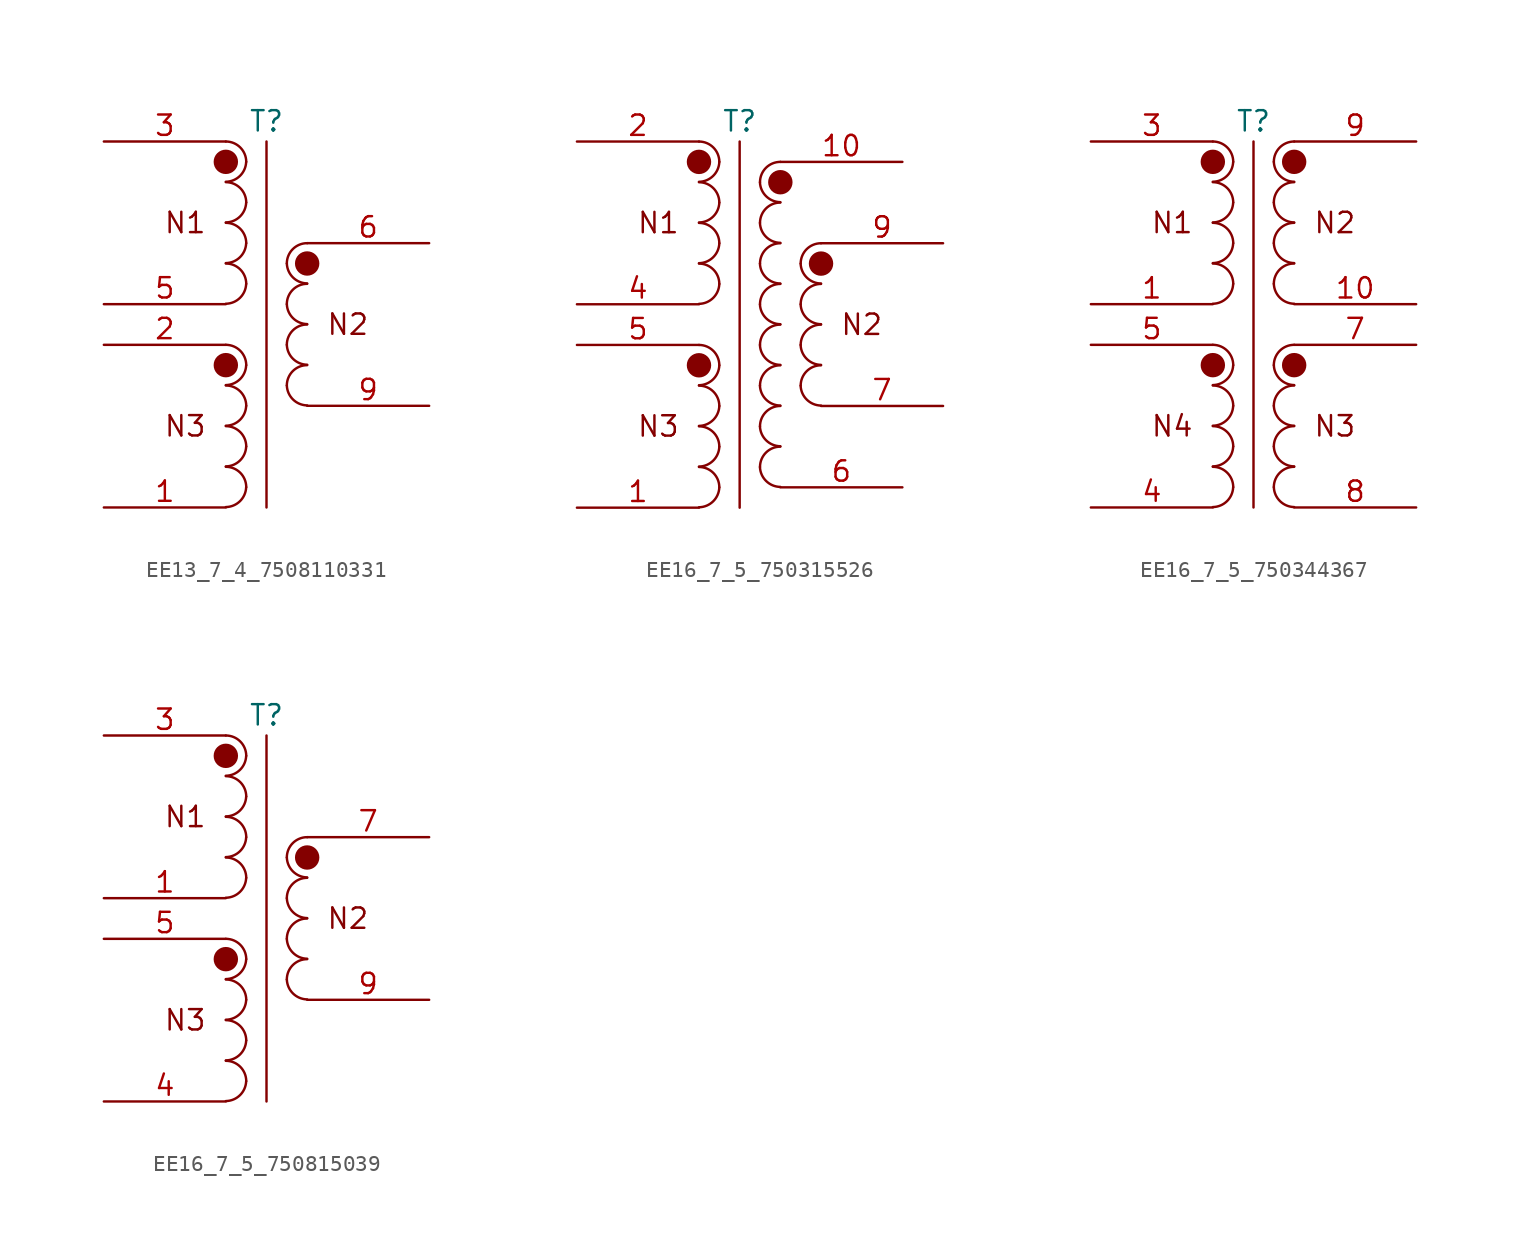
<source format=kicad_sym>
(kicad_symbol_lib
  (version 20220914)
  (generator kicad_symbol_editor)
  (symbol "EE13_7_4_7508110331"
    (pin_names hide)
    (property "Reference" "T"
      (at 0 12.7 0)
      (effects (font (size 1.27 1.27))))
    (property "Critical Parameter" ""
      (at 0 -5.08 0)
      (effects (font (size 1.27 1.27)) (justify left)))
    (symbol "EE13_7_4_7508110331_0_1"
      (arc (start -2.54 -11.4046) (mid -1.6561 -11.0363) (end -1.27 -10.16) (stroke (width 0) (type default)) (fill (type none)))
      (arc (start -2.54 -8.8646) (mid -1.6561 -8.4963) (end -1.27 -7.62) (stroke (width 0) (type default)) (fill (type none)))
      (arc (start -2.54 -6.3246) (mid -1.6561 -5.9563) (end -1.27 -5.08) (stroke (width 0) (type default)) (fill (type none)))
      (arc (start -2.54 -3.7846) (mid -1.6561 -3.4163) (end -1.27 -2.54) (stroke (width 0) (type default)) (fill (type none)))
      (arc (start -2.54 1.2954) (mid -1.6561 1.6637) (end -1.27 2.54) (stroke (width 0) (type default)) (fill (type none)))
      (arc (start -2.54 3.8354) (mid -1.6561 4.2037) (end -1.27 5.08) (stroke (width 0) (type default)) (fill (type none)))
      (arc (start -2.54 6.3754) (mid -1.6561 6.7437) (end -1.27 7.62) (stroke (width 0) (type default)) (fill (type none)))
      (arc (start -2.54 8.9154) (mid -1.6561 9.2837) (end -1.27 10.16) (stroke (width 0) (type default)) (fill (type none)))
      (arc (start -1.27 -10.16) (mid -1.642 -9.262) (end -2.54 -8.89) (stroke (width 0) (type default)) (fill (type none)))
      (arc (start -1.27 -7.62) (mid -1.642 -6.722) (end -2.54 -6.35) (stroke (width 0) (type default)) (fill (type none)))
      (arc (start -1.27 -5.08) (mid -1.642 -4.182) (end -2.54 -3.81) (stroke (width 0) (type default)) (fill (type none)))
      (arc (start -1.27 -2.54) (mid -1.642 -1.642) (end -2.54 -1.27) (stroke (width 0) (type default)) (fill (type none)))
      (arc (start -1.27 2.54) (mid -1.642 3.438) (end -2.54 3.81) (stroke (width 0) (type default)) (fill (type none)))
      (arc (start -1.27 5.08) (mid -1.642 5.978) (end -2.54 6.35) (stroke (width 0) (type default)) (fill (type none)))
      (arc (start -1.27 7.62) (mid -1.642 8.518) (end -2.54 8.89) (stroke (width 0) (type default)) (fill (type none)))
      (arc (start -1.27 10.16) (mid -1.642 11.058) (end -2.54 11.43) (stroke (width 0) (type default)) (fill (type none)))
      (polyline (pts (xy 0 -11.43) (xy 0 11.43)) (stroke (width 0) (type default)) (fill (type none)))
      (arc (start 1.27 -3.81) (mid 1.6561 -4.6863) (end 2.54 -5.0546) (stroke (width 0) (type default)) (fill (type none)))
      (arc (start 1.27 -1.27) (mid 1.6561 -2.1463) (end 2.54 -2.5146) (stroke (width 0) (type default)) (fill (type none)))
      (arc (start 1.27 1.27) (mid 1.6561 0.3937) (end 2.54 0.0254) (stroke (width 0) (type default)) (fill (type none)))
      (arc (start 1.27 3.81) (mid 1.6561 2.9337) (end 2.54 2.5654) (stroke (width 0) (type default)) (fill (type none)))
      (arc (start 2.54 -2.54) (mid 1.642 -2.912) (end 1.27 -3.81) (stroke (width 0) (type default)) (fill (type none)))
      (arc (start 2.54 0) (mid 1.642 -0.372) (end 1.27 -1.27) (stroke (width 0) (type default)) (fill (type none)))
      (arc (start 2.54 2.54) (mid 1.642 2.168) (end 1.27 1.27) (stroke (width 0) (type default)) (fill (type none)))
      (arc (start 2.54 5.08) (mid 1.642 4.708) (end 1.27 3.81) (stroke (width 0) (type default)) (fill (type none))))
    (symbol "EE13_7_4_7508110331_1_1"
      (circle (center -2.54 -2.54) (radius 0.0001) (stroke (width 0.762) (type default)) (fill (type none)))
      (circle (center -2.54 10.16) (radius 0.0001) (stroke (width 0.762) (type default)) (fill (type none)))
      (circle (center 2.54 3.81) (radius 0.0001) (stroke (width 0.762) (type default)) (fill (type none)))
      (text "N1" (at -5.08 6.35 0) (effects (font (size 1.27 1.27))))
      (text "N2" (at 5.08 0 0) (effects (font (size 1.27 1.27))))
      (text "N3" (at -5.08 -6.35 0) (effects (font (size 1.27 1.27))))
      (pin passive line (at -10.16 -11.43 0) (length 7.62) (name "1" (effects (font (size 1.27 1.27)))) (number "1" (effects (font (size 1.27 1.27)))))
      (pin passive line (at -10.16 -1.27 0) (length 7.62) (name "2" (effects (font (size 1.27 1.27)))) (number "2" (effects (font (size 1.27 1.27)))))
      (pin passive line (at -10.16 11.43 0) (length 7.62) (name "3" (effects (font (size 1.27 1.27)))) (number "3" (effects (font (size 1.27 1.27)))))
      (pin passive line (at -10.16 1.27 0) (length 7.62) (name "5" (effects (font (size 1.27 1.27)))) (number "5" (effects (font (size 1.27 1.27)))))
      (pin passive line (at 10.16 5.08 180) (length 7.62) (name "6" (effects (font (size 1.27 1.27)))) (number "6" (effects (font (size 1.27 1.27)))))
      (pin passive line (at 10.16 -5.08 180) (length 7.62) (name "9" (effects (font (size 1.27 1.27)))) (number "9" (effects (font (size 1.27 1.27)))))))
  (symbol "EE16_7_5_750315526"
    (pin_names hide)
    (property "Reference" "T"
      (at 0 12.7 0)
      (effects (font (size 1.27 1.27))))
    (property "Critical Parameter" ""
      (at 0 -5.08 0)
      (effects (font (size 1.27 1.27)) (justify left)))
    (symbol "EE16_7_5_750315526_0_1"
      (arc (start -2.54 -11.4046) (mid -1.6561 -11.0363) (end -1.27 -10.16) (stroke (width 0) (type default)) (fill (type none)))
      (arc (start -2.54 -8.8646) (mid -1.6561 -8.4963) (end -1.27 -7.62) (stroke (width 0) (type default)) (fill (type none)))
      (arc (start -2.54 -6.3246) (mid -1.6561 -5.9563) (end -1.27 -5.08) (stroke (width 0) (type default)) (fill (type none)))
      (arc (start -2.54 -3.7846) (mid -1.6561 -3.4163) (end -1.27 -2.54) (stroke (width 0) (type default)) (fill (type none)))
      (arc (start -2.54 1.2954) (mid -1.6561 1.6637) (end -1.27 2.54) (stroke (width 0) (type default)) (fill (type none)))
      (arc (start -2.54 3.8354) (mid -1.6561 4.2037) (end -1.27 5.08) (stroke (width 0) (type default)) (fill (type none)))
      (arc (start -2.54 6.3754) (mid -1.6561 6.7437) (end -1.27 7.62) (stroke (width 0) (type default)) (fill (type none)))
      (arc (start -2.54 8.9154) (mid -1.6561 9.2837) (end -1.27 10.16) (stroke (width 0) (type default)) (fill (type none)))
      (arc (start -1.27 -10.16) (mid -1.642 -9.262) (end -2.54 -8.89) (stroke (width 0) (type default)) (fill (type none)))
      (arc (start -1.27 -7.62) (mid -1.642 -6.722) (end -2.54 -6.35) (stroke (width 0) (type default)) (fill (type none)))
      (arc (start -1.27 -5.08) (mid -1.642 -4.182) (end -2.54 -3.81) (stroke (width 0) (type default)) (fill (type none)))
      (arc (start -1.27 -2.54) (mid -1.642 -1.642) (end -2.54 -1.27) (stroke (width 0) (type default)) (fill (type none)))
      (arc (start -1.27 2.54) (mid -1.642 3.438) (end -2.54 3.81) (stroke (width 0) (type default)) (fill (type none)))
      (arc (start -1.27 5.08) (mid -1.642 5.978) (end -2.54 6.35) (stroke (width 0) (type default)) (fill (type none)))
      (arc (start -1.27 7.62) (mid -1.642 8.518) (end -2.54 8.89) (stroke (width 0) (type default)) (fill (type none)))
      (arc (start -1.27 10.16) (mid -1.642 11.058) (end -2.54 11.43) (stroke (width 0) (type default)) (fill (type none)))
      (polyline (pts (xy 0 -11.43) (xy 0 11.43)) (stroke (width 0) (type default)) (fill (type none)))
      (arc (start 1.27 -8.89) (mid 1.656 -9.7664) (end 2.54 -10.1346) (stroke (width 0) (type default)) (fill (type none)))
      (arc (start 1.27 -6.35) (mid 1.656 -7.2264) (end 2.54 -7.5946) (stroke (width 0) (type default)) (fill (type none)))
      (arc (start 1.27 -3.81) (mid 1.656 -4.6864) (end 2.54 -5.0546) (stroke (width 0) (type default)) (fill (type none)))
      (arc (start 1.27 -1.27) (mid 1.656 -2.1464) (end 2.54 -2.5146) (stroke (width 0) (type default)) (fill (type none)))
      (arc (start 1.27 1.27) (mid 1.656 0.3936) (end 2.54 0.0254) (stroke (width 0) (type default)) (fill (type none)))
      (arc (start 1.27 3.81) (mid 1.656 2.9336) (end 2.54 2.5654) (stroke (width 0) (type default)) (fill (type none)))
      (arc (start 1.27 6.35) (mid 1.656 5.4736) (end 2.54 5.1054) (stroke (width 0) (type default)) (fill (type none)))
      (arc (start 1.27 8.89) (mid 1.656 8.0136) (end 2.54 7.6454) (stroke (width 0) (type default)) (fill (type none)))
      (arc (start 2.54 -7.62) (mid 1.642 -7.992) (end 1.27 -8.89) (stroke (width 0) (type default)) (fill (type none)))
      (arc (start 2.54 -5.08) (mid 1.642 -5.452) (end 1.27 -6.35) (stroke (width 0) (type default)) (fill (type none)))
      (arc (start 2.54 -2.54) (mid 1.642 -2.912) (end 1.27 -3.81) (stroke (width 0) (type default)) (fill (type none)))
      (arc (start 2.54 0) (mid 1.642 -0.372) (end 1.27 -1.27) (stroke (width 0) (type default)) (fill (type none)))
      (arc (start 2.54 2.54) (mid 1.642 2.168) (end 1.27 1.27) (stroke (width 0) (type default)) (fill (type none)))
      (arc (start 2.54 5.08) (mid 1.642 4.708) (end 1.27 3.81) (stroke (width 0) (type default)) (fill (type none)))
      (arc (start 2.54 7.62) (mid 1.642 7.248) (end 1.27 6.35) (stroke (width 0) (type default)) (fill (type none)))
      (arc (start 2.54 10.16) (mid 1.642 9.788) (end 1.27 8.89) (stroke (width 0) (type default)) (fill (type none)))
      (arc (start 3.81 -3.81) (mid 4.1961 -4.6863) (end 5.08 -5.0546) (stroke (width 0) (type default)) (fill (type none)))
      (arc (start 3.81 -1.27) (mid 4.1961 -2.1463) (end 5.08 -2.5146) (stroke (width 0) (type default)) (fill (type none)))
      (arc (start 3.81 1.27) (mid 4.1961 0.3937) (end 5.08 0.0254) (stroke (width 0) (type default)) (fill (type none)))
      (arc (start 3.81 3.81) (mid 4.1961 2.9337) (end 5.08 2.5654) (stroke (width 0) (type default)) (fill (type none)))
      (arc (start 5.08 -2.54) (mid 4.182 -2.912) (end 3.81 -3.81) (stroke (width 0) (type default)) (fill (type none)))
      (arc (start 5.08 0) (mid 4.182 -0.372) (end 3.81 -1.27) (stroke (width 0) (type default)) (fill (type none)))
      (arc (start 5.08 2.54) (mid 4.182 2.168) (end 3.81 1.27) (stroke (width 0) (type default)) (fill (type none)))
      (arc (start 5.08 5.08) (mid 4.182 4.708) (end 3.81 3.81) (stroke (width 0) (type default)) (fill (type none))))
    (symbol "EE16_7_5_750315526_1_1"
      (circle (center -2.54 -2.54) (radius 0.0001) (stroke (width 0.762) (type default)) (fill (type none)))
      (circle (center -2.54 10.16) (radius 0.0001) (stroke (width 0.762) (type default)) (fill (type none)))
      (circle (center 2.54 8.89) (radius 0.0001) (stroke (width 0.762) (type default)) (fill (type none)))
      (circle (center 5.08 3.81) (radius 0.0001) (stroke (width 0.762) (type default)) (fill (type none)))
      (text "N1" (at -5.08 6.35 0) (effects (font (size 1.27 1.27))))
      (text "N2" (at 7.62 0 0) (effects (font (size 1.27 1.27))))
      (text "N3" (at -5.08 -6.35 0) (effects (font (size 1.27 1.27))))
      (pin passive line (at -10.16 -11.43 0) (length 7.62) (name "1" (effects (font (size 1.27 1.27)))) (number "1" (effects (font (size 1.27 1.27)))))
      (pin passive line (at 10.16 10.16 180) (length 7.62) (name "10" (effects (font (size 1.27 1.27)))) (number "10" (effects (font (size 1.27 1.27)))))
      (pin passive line (at -10.16 11.43 0) (length 7.62) (name "2" (effects (font (size 1.27 1.27)))) (number "2" (effects (font (size 1.27 1.27)))))
      (pin passive line (at -10.16 1.27 0) (length 7.62) (name "4" (effects (font (size 1.27 1.27)))) (number "4" (effects (font (size 1.27 1.27)))))
      (pin passive line (at -10.16 -1.27 0) (length 7.62) (name "5" (effects (font (size 1.27 1.27)))) (number "5" (effects (font (size 1.27 1.27)))))
      (pin passive line (at 10.16 -10.16 180) (length 7.62) (name "6" (effects (font (size 1.27 1.27)))) (number "6" (effects (font (size 1.27 1.27)))))
      (pin passive line (at 12.7 -5.08 180) (length 7.62) (name "7" (effects (font (size 1.27 1.27)))) (number "7" (effects (font (size 1.27 1.27)))))
      (pin passive line (at 12.7 5.08 180) (length 7.62) (name "9" (effects (font (size 1.27 1.27)))) (number "9" (effects (font (size 1.27 1.27)))))))
  (symbol "EE16_7_5_750344367"
    (pin_names hide)
    (property "Reference" "T"
      (at 0 12.7 0)
      (effects (font (size 1.27 1.27))))
    (property "Critical Parameter" ""
      (at 0 -5.08 0)
      (effects (font (size 1.27 1.27)) (justify left)))
    (symbol "EE16_7_5_750344367_0_1"
      (arc (start -2.54 -11.4046) (mid -1.6561 -11.0363) (end -1.27 -10.16) (stroke (width 0) (type default)) (fill (type none)))
      (arc (start -2.54 -8.8646) (mid -1.6561 -8.4963) (end -1.27 -7.62) (stroke (width 0) (type default)) (fill (type none)))
      (arc (start -2.54 -6.3246) (mid -1.6561 -5.9563) (end -1.27 -5.08) (stroke (width 0) (type default)) (fill (type none)))
      (arc (start -2.54 -3.7846) (mid -1.6561 -3.4163) (end -1.27 -2.54) (stroke (width 0) (type default)) (fill (type none)))
      (arc (start -2.54 1.2954) (mid -1.6561 1.6637) (end -1.27 2.54) (stroke (width 0) (type default)) (fill (type none)))
      (arc (start -2.54 3.8354) (mid -1.6561 4.2037) (end -1.27 5.08) (stroke (width 0) (type default)) (fill (type none)))
      (arc (start -2.54 6.3754) (mid -1.6561 6.7437) (end -1.27 7.62) (stroke (width 0) (type default)) (fill (type none)))
      (arc (start -2.54 8.9154) (mid -1.6561 9.2837) (end -1.27 10.16) (stroke (width 0) (type default)) (fill (type none)))
      (arc (start -1.27 -10.16) (mid -1.642 -9.262) (end -2.54 -8.89) (stroke (width 0) (type default)) (fill (type none)))
      (arc (start -1.27 -7.62) (mid -1.642 -6.722) (end -2.54 -6.35) (stroke (width 0) (type default)) (fill (type none)))
      (arc (start -1.27 -5.08) (mid -1.642 -4.182) (end -2.54 -3.81) (stroke (width 0) (type default)) (fill (type none)))
      (arc (start -1.27 -2.54) (mid -1.642 -1.642) (end -2.54 -1.27) (stroke (width 0) (type default)) (fill (type none)))
      (arc (start -1.27 2.54) (mid -1.642 3.438) (end -2.54 3.81) (stroke (width 0) (type default)) (fill (type none)))
      (arc (start -1.27 5.08) (mid -1.642 5.978) (end -2.54 6.35) (stroke (width 0) (type default)) (fill (type none)))
      (arc (start -1.27 7.62) (mid -1.642 8.518) (end -2.54 8.89) (stroke (width 0) (type default)) (fill (type none)))
      (arc (start -1.27 10.16) (mid -1.642 11.058) (end -2.54 11.43) (stroke (width 0) (type default)) (fill (type none)))
      (polyline (pts (xy 0 -11.43) (xy 0 11.43)) (stroke (width 0) (type default)) (fill (type none)))
      (arc (start 1.27 -10.16) (mid 1.6561 -11.0363) (end 2.54 -11.4046) (stroke (width 0) (type default)) (fill (type none)))
      (arc (start 1.27 -7.62) (mid 1.6561 -8.4963) (end 2.54 -8.8646) (stroke (width 0) (type default)) (fill (type none)))
      (arc (start 1.27 -5.08) (mid 1.6561 -5.9563) (end 2.54 -6.3246) (stroke (width 0) (type default)) (fill (type none)))
      (arc (start 1.27 -2.54) (mid 1.6561 -3.4163) (end 2.54 -3.7846) (stroke (width 0) (type default)) (fill (type none)))
      (arc (start 1.27 2.54) (mid 1.6561 1.6637) (end 2.54 1.2954) (stroke (width 0) (type default)) (fill (type none)))
      (arc (start 1.27 5.08) (mid 1.6561 4.2037) (end 2.54 3.8354) (stroke (width 0) (type default)) (fill (type none)))
      (arc (start 1.27 7.62) (mid 1.6561 6.7437) (end 2.54 6.3754) (stroke (width 0) (type default)) (fill (type none)))
      (arc (start 1.27 10.16) (mid 1.6561 9.2837) (end 2.54 8.9154) (stroke (width 0) (type default)) (fill (type none)))
      (arc (start 2.54 -8.89) (mid 1.642 -9.262) (end 1.27 -10.16) (stroke (width 0) (type default)) (fill (type none)))
      (arc (start 2.54 -6.35) (mid 1.642 -6.722) (end 1.27 -7.62) (stroke (width 0) (type default)) (fill (type none)))
      (arc (start 2.54 -3.81) (mid 1.642 -4.182) (end 1.27 -5.08) (stroke (width 0) (type default)) (fill (type none)))
      (arc (start 2.54 -1.27) (mid 1.642 -1.642) (end 1.27 -2.54) (stroke (width 0) (type default)) (fill (type none)))
      (arc (start 2.54 3.81) (mid 1.642 3.438) (end 1.27 2.54) (stroke (width 0) (type default)) (fill (type none)))
      (arc (start 2.54 6.35) (mid 1.642 5.978) (end 1.27 5.08) (stroke (width 0) (type default)) (fill (type none)))
      (arc (start 2.54 8.89) (mid 1.642 8.518) (end 1.27 7.62) (stroke (width 0) (type default)) (fill (type none)))
      (arc (start 2.54 11.43) (mid 1.642 11.058) (end 1.27 10.16) (stroke (width 0) (type default)) (fill (type none))))
    (symbol "EE16_7_5_750344367_1_1"
      (circle (center -2.54 -2.54) (radius 0.0001) (stroke (width 0.762) (type default)) (fill (type none)))
      (circle (center -2.54 10.16) (radius 0.0001) (stroke (width 0.762) (type default)) (fill (type none)))
      (circle (center 2.54 -2.54) (radius 0.0001) (stroke (width 0.762) (type default)) (fill (type none)))
      (circle (center 2.54 10.16) (radius 0.0001) (stroke (width 0.762) (type default)) (fill (type none)))
      (text "N1" (at -5.08 6.35 0) (effects (font (size 1.27 1.27))))
      (text "N2" (at 5.08 6.35 0) (effects (font (size 1.27 1.27))))
      (text "N3" (at 5.08 -6.35 0) (effects (font (size 1.27 1.27))))
      (text "N4" (at -5.08 -6.35 0) (effects (font (size 1.27 1.27))))
      (pin passive line (at -10.16 1.27 0) (length 7.62) (name "1" (effects (font (size 1.27 1.27)))) (number "1" (effects (font (size 1.27 1.27)))))
      (pin passive line (at 10.16 1.27 180) (length 7.62) (name "10" (effects (font (size 1.27 1.27)))) (number "10" (effects (font (size 1.27 1.27)))))
      (pin passive line (at -10.16 11.43 0) (length 7.62) (name "3" (effects (font (size 1.27 1.27)))) (number "3" (effects (font (size 1.27 1.27)))))
      (pin passive line (at -10.16 -11.43 0) (length 7.62) (name "4" (effects (font (size 1.27 1.27)))) (number "4" (effects (font (size 1.27 1.27)))))
      (pin passive line (at -10.16 -1.27 0) (length 7.62) (name "5" (effects (font (size 1.27 1.27)))) (number "5" (effects (font (size 1.27 1.27)))))
      (pin passive line (at 10.16 -1.27 180) (length 7.62) (name "7" (effects (font (size 1.27 1.27)))) (number "7" (effects (font (size 1.27 1.27)))))
      (pin passive line (at 10.16 -11.43 180) (length 7.62) (name "8" (effects (font (size 1.27 1.27)))) (number "8" (effects (font (size 1.27 1.27)))))
      (pin passive line (at 10.16 11.43 180) (length 7.62) (name "9" (effects (font (size 1.27 1.27)))) (number "9" (effects (font (size 1.27 1.27)))))))
  (symbol "EE16_7_5_750815039"
    (pin_names hide)
    (property "Reference" "T"
      (at 0 12.7 0)
      (effects (font (size 1.27 1.27))))
    (property "Critical Parameter" ""
      (at 0 -5.08 0)
      (effects (font (size 1.27 1.27)) (justify left)))
    (symbol "EE16_7_5_750815039_0_1"
      (arc (start -2.54 -11.4046) (mid -1.6561 -11.0363) (end -1.27 -10.16) (stroke (width 0) (type default)) (fill (type none)))
      (arc (start -2.54 -8.8646) (mid -1.6561 -8.4963) (end -1.27 -7.62) (stroke (width 0) (type default)) (fill (type none)))
      (arc (start -2.54 -6.3246) (mid -1.6561 -5.9563) (end -1.27 -5.08) (stroke (width 0) (type default)) (fill (type none)))
      (arc (start -2.54 -3.7846) (mid -1.6561 -3.4163) (end -1.27 -2.54) (stroke (width 0) (type default)) (fill (type none)))
      (arc (start -2.54 1.2954) (mid -1.6561 1.6637) (end -1.27 2.54) (stroke (width 0) (type default)) (fill (type none)))
      (arc (start -2.54 3.8354) (mid -1.6561 4.2037) (end -1.27 5.08) (stroke (width 0) (type default)) (fill (type none)))
      (arc (start -2.54 6.3754) (mid -1.6561 6.7437) (end -1.27 7.62) (stroke (width 0) (type default)) (fill (type none)))
      (arc (start -2.54 8.9154) (mid -1.6561 9.2837) (end -1.27 10.16) (stroke (width 0) (type default)) (fill (type none)))
      (arc (start -1.27 -10.16) (mid -1.642 -9.262) (end -2.54 -8.89) (stroke (width 0) (type default)) (fill (type none)))
      (arc (start -1.27 -7.62) (mid -1.642 -6.722) (end -2.54 -6.35) (stroke (width 0) (type default)) (fill (type none)))
      (arc (start -1.27 -5.08) (mid -1.642 -4.182) (end -2.54 -3.81) (stroke (width 0) (type default)) (fill (type none)))
      (arc (start -1.27 -2.54) (mid -1.642 -1.642) (end -2.54 -1.27) (stroke (width 0) (type default)) (fill (type none)))
      (arc (start -1.27 2.54) (mid -1.642 3.438) (end -2.54 3.81) (stroke (width 0) (type default)) (fill (type none)))
      (arc (start -1.27 5.08) (mid -1.642 5.978) (end -2.54 6.35) (stroke (width 0) (type default)) (fill (type none)))
      (arc (start -1.27 7.62) (mid -1.642 8.518) (end -2.54 8.89) (stroke (width 0) (type default)) (fill (type none)))
      (arc (start -1.27 10.16) (mid -1.642 11.058) (end -2.54 11.43) (stroke (width 0) (type default)) (fill (type none)))
      (polyline (pts (xy 0 -11.43) (xy 0 11.43)) (stroke (width 0) (type default)) (fill (type none)))
      (arc (start 1.27 -3.81) (mid 1.6561 -4.6863) (end 2.54 -5.0546) (stroke (width 0) (type default)) (fill (type none)))
      (arc (start 1.27 -1.27) (mid 1.6561 -2.1463) (end 2.54 -2.5146) (stroke (width 0) (type default)) (fill (type none)))
      (arc (start 1.27 1.27) (mid 1.6561 0.3937) (end 2.54 0.0254) (stroke (width 0) (type default)) (fill (type none)))
      (arc (start 1.27 3.81) (mid 1.6561 2.9337) (end 2.54 2.5654) (stroke (width 0) (type default)) (fill (type none)))
      (arc (start 2.54 -2.54) (mid 1.642 -2.912) (end 1.27 -3.81) (stroke (width 0) (type default)) (fill (type none)))
      (arc (start 2.54 0) (mid 1.642 -0.372) (end 1.27 -1.27) (stroke (width 0) (type default)) (fill (type none)))
      (arc (start 2.54 2.54) (mid 1.642 2.168) (end 1.27 1.27) (stroke (width 0) (type default)) (fill (type none)))
      (arc (start 2.54 5.08) (mid 1.642 4.708) (end 1.27 3.81) (stroke (width 0) (type default)) (fill (type none))))
    (symbol "EE16_7_5_750815039_1_1"
      (circle (center -2.54 -2.54) (radius 0.0001) (stroke (width 0.762) (type default)) (fill (type none)))
      (circle (center -2.54 10.16) (radius 0.0001) (stroke (width 0.762) (type default)) (fill (type none)))
      (circle (center 2.54 3.81) (radius 0.0001) (stroke (width 0.762) (type default)) (fill (type none)))
      (text "N1" (at -5.08 6.35 0) (effects (font (size 1.27 1.27))))
      (text "N2" (at 5.08 0 0) (effects (font (size 1.27 1.27))))
      (text "N3" (at -5.08 -6.35 0) (effects (font (size 1.27 1.27))))
      (pin passive line (at -10.16 1.27 0) (length 7.62) (name "1" (effects (font (size 1.27 1.27)))) (number "1" (effects (font (size 1.27 1.27)))))
      (pin passive line (at -10.16 11.43 0) (length 7.62) (name "3" (effects (font (size 1.27 1.27)))) (number "3" (effects (font (size 1.27 1.27)))))
      (pin passive line (at -10.16 -11.43 0) (length 7.62) (name "4" (effects (font (size 1.27 1.27)))) (number "4" (effects (font (size 1.27 1.27)))))
      (pin passive line (at -10.16 -1.27 0) (length 7.62) (name "5" (effects (font (size 1.27 1.27)))) (number "5" (effects (font (size 1.27 1.27)))))
      (pin passive line (at 10.16 5.08 180) (length 7.62) (name "7" (effects (font (size 1.27 1.27)))) (number "7" (effects (font (size 1.27 1.27)))))
      (pin passive line (at 10.16 -5.08 180) (length 7.62) (name "9" (effects (font (size 1.27 1.27)))) (number "9" (effects (font (size 1.27 1.27))))))))
</source>
